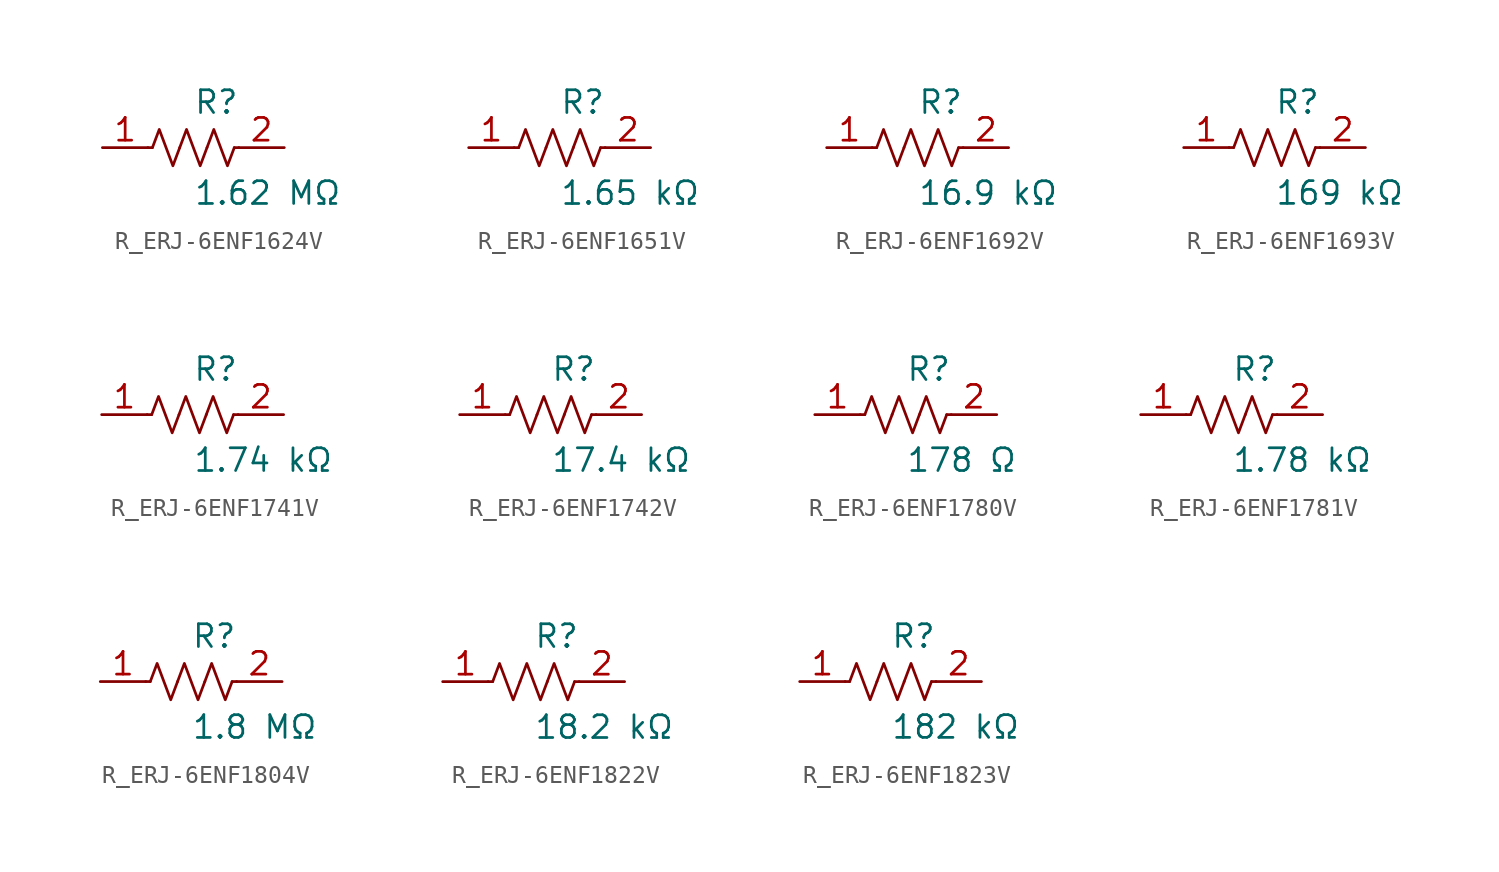
<source format=kicad_sym>
(kicad_symbol_lib
  (version 20231120)
  (generator kicad_symbol_editor)
  (generator_version 8.0)
  (symbol "R_ERJ-6ENF1624V"
    (pin_names
      (offset 0.254))
    (property "Reference" "R"
      (at 0.0 2.54 0)
      (effects (font (size 1.27 1.27)) (justify left)))
    (property "Value" "1.62 MΩ"
      (at 0.0 -2.54 0)
      (effects (font (size 1.27 1.27)) (justify left)))
    (symbol "R_ERJ-6ENF1624V_0_1"
      (polyline (pts (xy 2.286 0) (xy 2.54 0)) (stroke (width 0) (type default)) (fill (type none)))
      (polyline (pts (xy -2.286 0) (xy -2.54 0)) (stroke (width 0) (type default)) (fill (type none)))
      (polyline (pts (xy 0.762 0) (xy 1.143 1.016) (xy 1.524 0) (xy 1.905 -1.016) (xy 2.286 0)) (stroke (width 0) (type default)) (fill (type none)))
      (polyline (pts (xy -0.762 0) (xy -0.381 1.016) (xy 0 0) (xy 0.381 -1.016) (xy 0.762 0)) (stroke (width 0) (type default)) (fill (type none)))
      (polyline (pts (xy -2.286 0) (xy -1.905 1.016) (xy -1.524 0) (xy -1.143 -1.016) (xy -0.762 0)) (stroke (width 0) (type default)) (fill (type none))))
    (pin unspecified line
      (at -5.08 0 0)
      (length 2.54)
      (name "" (effects (font (size 1.27 1.27))))
      (number "1" (effects (font (size 1.27 1.27)))))
    (pin unspecified line
      (at 5.08 0 180)
      (length 2.54)
      (name "" (effects (font (size 1.27 1.27))))
      (number "2" (effects (font (size 1.27 1.27))))))
  (symbol "R_ERJ-6ENF1651V"
    (pin_names
      (offset 0.254))
    (property "Reference" "R"
      (at 0.0 2.54 0)
      (effects (font (size 1.27 1.27)) (justify left)))
    (property "Value" "1.65 kΩ"
      (at 0.0 -2.54 0)
      (effects (font (size 1.27 1.27)) (justify left)))
    (symbol "R_ERJ-6ENF1651V_0_1"
      (polyline (pts (xy 2.286 0) (xy 2.54 0)) (stroke (width 0) (type default)) (fill (type none)))
      (polyline (pts (xy -2.286 0) (xy -2.54 0)) (stroke (width 0) (type default)) (fill (type none)))
      (polyline (pts (xy 0.762 0) (xy 1.143 1.016) (xy 1.524 0) (xy 1.905 -1.016) (xy 2.286 0)) (stroke (width 0) (type default)) (fill (type none)))
      (polyline (pts (xy -0.762 0) (xy -0.381 1.016) (xy 0 0) (xy 0.381 -1.016) (xy 0.762 0)) (stroke (width 0) (type default)) (fill (type none)))
      (polyline (pts (xy -2.286 0) (xy -1.905 1.016) (xy -1.524 0) (xy -1.143 -1.016) (xy -0.762 0)) (stroke (width 0) (type default)) (fill (type none))))
    (pin unspecified line
      (at -5.08 0 0)
      (length 2.54)
      (name "" (effects (font (size 1.27 1.27))))
      (number "1" (effects (font (size 1.27 1.27)))))
    (pin unspecified line
      (at 5.08 0 180)
      (length 2.54)
      (name "" (effects (font (size 1.27 1.27))))
      (number "2" (effects (font (size 1.27 1.27))))))
  (symbol "R_ERJ-6ENF1692V"
    (pin_names
      (offset 0.254))
    (property "Reference" "R"
      (at 0.0 2.54 0)
      (effects (font (size 1.27 1.27)) (justify left)))
    (property "Value" "16.9 kΩ"
      (at 0.0 -2.54 0)
      (effects (font (size 1.27 1.27)) (justify left)))
    (symbol "R_ERJ-6ENF1692V_0_1"
      (polyline (pts (xy 2.286 0) (xy 2.54 0)) (stroke (width 0) (type default)) (fill (type none)))
      (polyline (pts (xy -2.286 0) (xy -2.54 0)) (stroke (width 0) (type default)) (fill (type none)))
      (polyline (pts (xy 0.762 0) (xy 1.143 1.016) (xy 1.524 0) (xy 1.905 -1.016) (xy 2.286 0)) (stroke (width 0) (type default)) (fill (type none)))
      (polyline (pts (xy -0.762 0) (xy -0.381 1.016) (xy 0 0) (xy 0.381 -1.016) (xy 0.762 0)) (stroke (width 0) (type default)) (fill (type none)))
      (polyline (pts (xy -2.286 0) (xy -1.905 1.016) (xy -1.524 0) (xy -1.143 -1.016) (xy -0.762 0)) (stroke (width 0) (type default)) (fill (type none))))
    (pin unspecified line
      (at -5.08 0 0)
      (length 2.54)
      (name "" (effects (font (size 1.27 1.27))))
      (number "1" (effects (font (size 1.27 1.27)))))
    (pin unspecified line
      (at 5.08 0 180)
      (length 2.54)
      (name "" (effects (font (size 1.27 1.27))))
      (number "2" (effects (font (size 1.27 1.27))))))
  (symbol "R_ERJ-6ENF1693V"
    (pin_names
      (offset 0.254))
    (property "Reference" "R"
      (at 0.0 2.54 0)
      (effects (font (size 1.27 1.27)) (justify left)))
    (property "Value" "169 kΩ"
      (at 0.0 -2.54 0)
      (effects (font (size 1.27 1.27)) (justify left)))
    (symbol "R_ERJ-6ENF1693V_0_1"
      (polyline (pts (xy 2.286 0) (xy 2.54 0)) (stroke (width 0) (type default)) (fill (type none)))
      (polyline (pts (xy -2.286 0) (xy -2.54 0)) (stroke (width 0) (type default)) (fill (type none)))
      (polyline (pts (xy 0.762 0) (xy 1.143 1.016) (xy 1.524 0) (xy 1.905 -1.016) (xy 2.286 0)) (stroke (width 0) (type default)) (fill (type none)))
      (polyline (pts (xy -0.762 0) (xy -0.381 1.016) (xy 0 0) (xy 0.381 -1.016) (xy 0.762 0)) (stroke (width 0) (type default)) (fill (type none)))
      (polyline (pts (xy -2.286 0) (xy -1.905 1.016) (xy -1.524 0) (xy -1.143 -1.016) (xy -0.762 0)) (stroke (width 0) (type default)) (fill (type none))))
    (pin unspecified line
      (at -5.08 0 0)
      (length 2.54)
      (name "" (effects (font (size 1.27 1.27))))
      (number "1" (effects (font (size 1.27 1.27)))))
    (pin unspecified line
      (at 5.08 0 180)
      (length 2.54)
      (name "" (effects (font (size 1.27 1.27))))
      (number "2" (effects (font (size 1.27 1.27))))))
  (symbol "R_ERJ-6ENF1741V"
    (pin_names
      (offset 0.254))
    (property "Reference" "R"
      (at 0.0 2.54 0)
      (effects (font (size 1.27 1.27)) (justify left)))
    (property "Value" "1.74 kΩ"
      (at 0.0 -2.54 0)
      (effects (font (size 1.27 1.27)) (justify left)))
    (symbol "R_ERJ-6ENF1741V_0_1"
      (polyline (pts (xy 2.286 0) (xy 2.54 0)) (stroke (width 0) (type default)) (fill (type none)))
      (polyline (pts (xy -2.286 0) (xy -2.54 0)) (stroke (width 0) (type default)) (fill (type none)))
      (polyline (pts (xy 0.762 0) (xy 1.143 1.016) (xy 1.524 0) (xy 1.905 -1.016) (xy 2.286 0)) (stroke (width 0) (type default)) (fill (type none)))
      (polyline (pts (xy -0.762 0) (xy -0.381 1.016) (xy 0 0) (xy 0.381 -1.016) (xy 0.762 0)) (stroke (width 0) (type default)) (fill (type none)))
      (polyline (pts (xy -2.286 0) (xy -1.905 1.016) (xy -1.524 0) (xy -1.143 -1.016) (xy -0.762 0)) (stroke (width 0) (type default)) (fill (type none))))
    (pin unspecified line
      (at -5.08 0 0)
      (length 2.54)
      (name "" (effects (font (size 1.27 1.27))))
      (number "1" (effects (font (size 1.27 1.27)))))
    (pin unspecified line
      (at 5.08 0 180)
      (length 2.54)
      (name "" (effects (font (size 1.27 1.27))))
      (number "2" (effects (font (size 1.27 1.27))))))
  (symbol "R_ERJ-6ENF1742V"
    (pin_names
      (offset 0.254))
    (property "Reference" "R"
      (at 0.0 2.54 0)
      (effects (font (size 1.27 1.27)) (justify left)))
    (property "Value" "17.4 kΩ"
      (at 0.0 -2.54 0)
      (effects (font (size 1.27 1.27)) (justify left)))
    (symbol "R_ERJ-6ENF1742V_0_1"
      (polyline (pts (xy 2.286 0) (xy 2.54 0)) (stroke (width 0) (type default)) (fill (type none)))
      (polyline (pts (xy -2.286 0) (xy -2.54 0)) (stroke (width 0) (type default)) (fill (type none)))
      (polyline (pts (xy 0.762 0) (xy 1.143 1.016) (xy 1.524 0) (xy 1.905 -1.016) (xy 2.286 0)) (stroke (width 0) (type default)) (fill (type none)))
      (polyline (pts (xy -0.762 0) (xy -0.381 1.016) (xy 0 0) (xy 0.381 -1.016) (xy 0.762 0)) (stroke (width 0) (type default)) (fill (type none)))
      (polyline (pts (xy -2.286 0) (xy -1.905 1.016) (xy -1.524 0) (xy -1.143 -1.016) (xy -0.762 0)) (stroke (width 0) (type default)) (fill (type none))))
    (pin unspecified line
      (at -5.08 0 0)
      (length 2.54)
      (name "" (effects (font (size 1.27 1.27))))
      (number "1" (effects (font (size 1.27 1.27)))))
    (pin unspecified line
      (at 5.08 0 180)
      (length 2.54)
      (name "" (effects (font (size 1.27 1.27))))
      (number "2" (effects (font (size 1.27 1.27))))))
  (symbol "R_ERJ-6ENF1780V"
    (pin_names
      (offset 0.254))
    (property "Reference" "R"
      (at 0.0 2.54 0)
      (effects (font (size 1.27 1.27)) (justify left)))
    (property "Value" "178 Ω"
      (at 0.0 -2.54 0)
      (effects (font (size 1.27 1.27)) (justify left)))
    (symbol "R_ERJ-6ENF1780V_0_1"
      (polyline (pts (xy 2.286 0) (xy 2.54 0)) (stroke (width 0) (type default)) (fill (type none)))
      (polyline (pts (xy -2.286 0) (xy -2.54 0)) (stroke (width 0) (type default)) (fill (type none)))
      (polyline (pts (xy 0.762 0) (xy 1.143 1.016) (xy 1.524 0) (xy 1.905 -1.016) (xy 2.286 0)) (stroke (width 0) (type default)) (fill (type none)))
      (polyline (pts (xy -0.762 0) (xy -0.381 1.016) (xy 0 0) (xy 0.381 -1.016) (xy 0.762 0)) (stroke (width 0) (type default)) (fill (type none)))
      (polyline (pts (xy -2.286 0) (xy -1.905 1.016) (xy -1.524 0) (xy -1.143 -1.016) (xy -0.762 0)) (stroke (width 0) (type default)) (fill (type none))))
    (pin unspecified line
      (at -5.08 0 0)
      (length 2.54)
      (name "" (effects (font (size 1.27 1.27))))
      (number "1" (effects (font (size 1.27 1.27)))))
    (pin unspecified line
      (at 5.08 0 180)
      (length 2.54)
      (name "" (effects (font (size 1.27 1.27))))
      (number "2" (effects (font (size 1.27 1.27))))))
  (symbol "R_ERJ-6ENF1781V"
    (pin_names
      (offset 0.254))
    (property "Reference" "R"
      (at 0.0 2.54 0)
      (effects (font (size 1.27 1.27)) (justify left)))
    (property "Value" "1.78 kΩ"
      (at 0.0 -2.54 0)
      (effects (font (size 1.27 1.27)) (justify left)))
    (symbol "R_ERJ-6ENF1781V_0_1"
      (polyline (pts (xy 2.286 0) (xy 2.54 0)) (stroke (width 0) (type default)) (fill (type none)))
      (polyline (pts (xy -2.286 0) (xy -2.54 0)) (stroke (width 0) (type default)) (fill (type none)))
      (polyline (pts (xy 0.762 0) (xy 1.143 1.016) (xy 1.524 0) (xy 1.905 -1.016) (xy 2.286 0)) (stroke (width 0) (type default)) (fill (type none)))
      (polyline (pts (xy -0.762 0) (xy -0.381 1.016) (xy 0 0) (xy 0.381 -1.016) (xy 0.762 0)) (stroke (width 0) (type default)) (fill (type none)))
      (polyline (pts (xy -2.286 0) (xy -1.905 1.016) (xy -1.524 0) (xy -1.143 -1.016) (xy -0.762 0)) (stroke (width 0) (type default)) (fill (type none))))
    (pin unspecified line
      (at -5.08 0 0)
      (length 2.54)
      (name "" (effects (font (size 1.27 1.27))))
      (number "1" (effects (font (size 1.27 1.27)))))
    (pin unspecified line
      (at 5.08 0 180)
      (length 2.54)
      (name "" (effects (font (size 1.27 1.27))))
      (number "2" (effects (font (size 1.27 1.27))))))
  (symbol "R_ERJ-6ENF1804V"
    (pin_names
      (offset 0.254))
    (property "Reference" "R"
      (at 0.0 2.54 0)
      (effects (font (size 1.27 1.27)) (justify left)))
    (property "Value" "1.8 MΩ"
      (at 0.0 -2.54 0)
      (effects (font (size 1.27 1.27)) (justify left)))
    (symbol "R_ERJ-6ENF1804V_0_1"
      (polyline (pts (xy 2.286 0) (xy 2.54 0)) (stroke (width 0) (type default)) (fill (type none)))
      (polyline (pts (xy -2.286 0) (xy -2.54 0)) (stroke (width 0) (type default)) (fill (type none)))
      (polyline (pts (xy 0.762 0) (xy 1.143 1.016) (xy 1.524 0) (xy 1.905 -1.016) (xy 2.286 0)) (stroke (width 0) (type default)) (fill (type none)))
      (polyline (pts (xy -0.762 0) (xy -0.381 1.016) (xy 0 0) (xy 0.381 -1.016) (xy 0.762 0)) (stroke (width 0) (type default)) (fill (type none)))
      (polyline (pts (xy -2.286 0) (xy -1.905 1.016) (xy -1.524 0) (xy -1.143 -1.016) (xy -0.762 0)) (stroke (width 0) (type default)) (fill (type none))))
    (pin unspecified line
      (at -5.08 0 0)
      (length 2.54)
      (name "" (effects (font (size 1.27 1.27))))
      (number "1" (effects (font (size 1.27 1.27)))))
    (pin unspecified line
      (at 5.08 0 180)
      (length 2.54)
      (name "" (effects (font (size 1.27 1.27))))
      (number "2" (effects (font (size 1.27 1.27))))))
  (symbol "R_ERJ-6ENF1822V"
    (pin_names
      (offset 0.254))
    (property "Reference" "R"
      (at 0.0 2.54 0)
      (effects (font (size 1.27 1.27)) (justify left)))
    (property "Value" "18.2 kΩ"
      (at 0.0 -2.54 0)
      (effects (font (size 1.27 1.27)) (justify left)))
    (symbol "R_ERJ-6ENF1822V_0_1"
      (polyline (pts (xy 2.286 0) (xy 2.54 0)) (stroke (width 0) (type default)) (fill (type none)))
      (polyline (pts (xy -2.286 0) (xy -2.54 0)) (stroke (width 0) (type default)) (fill (type none)))
      (polyline (pts (xy 0.762 0) (xy 1.143 1.016) (xy 1.524 0) (xy 1.905 -1.016) (xy 2.286 0)) (stroke (width 0) (type default)) (fill (type none)))
      (polyline (pts (xy -0.762 0) (xy -0.381 1.016) (xy 0 0) (xy 0.381 -1.016) (xy 0.762 0)) (stroke (width 0) (type default)) (fill (type none)))
      (polyline (pts (xy -2.286 0) (xy -1.905 1.016) (xy -1.524 0) (xy -1.143 -1.016) (xy -0.762 0)) (stroke (width 0) (type default)) (fill (type none))))
    (pin unspecified line
      (at -5.08 0 0)
      (length 2.54)
      (name "" (effects (font (size 1.27 1.27))))
      (number "1" (effects (font (size 1.27 1.27)))))
    (pin unspecified line
      (at 5.08 0 180)
      (length 2.54)
      (name "" (effects (font (size 1.27 1.27))))
      (number "2" (effects (font (size 1.27 1.27))))))
  (symbol "R_ERJ-6ENF1823V"
    (pin_names
      (offset 0.254))
    (property "Reference" "R"
      (at 0.0 2.54 0)
      (effects (font (size 1.27 1.27)) (justify left)))
    (property "Value" "182 kΩ"
      (at 0.0 -2.54 0)
      (effects (font (size 1.27 1.27)) (justify left)))
    (symbol "R_ERJ-6ENF1823V_0_1"
      (polyline (pts (xy 2.286 0) (xy 2.54 0)) (stroke (width 0) (type default)) (fill (type none)))
      (polyline (pts (xy -2.286 0) (xy -2.54 0)) (stroke (width 0) (type default)) (fill (type none)))
      (polyline (pts (xy 0.762 0) (xy 1.143 1.016) (xy 1.524 0) (xy 1.905 -1.016) (xy 2.286 0)) (stroke (width 0) (type default)) (fill (type none)))
      (polyline (pts (xy -0.762 0) (xy -0.381 1.016) (xy 0 0) (xy 0.381 -1.016) (xy 0.762 0)) (stroke (width 0) (type default)) (fill (type none)))
      (polyline (pts (xy -2.286 0) (xy -1.905 1.016) (xy -1.524 0) (xy -1.143 -1.016) (xy -0.762 0)) (stroke (width 0) (type default)) (fill (type none))))
    (pin unspecified line
      (at -5.08 0 0)
      (length 2.54)
      (name "" (effects (font (size 1.27 1.27))))
      (number "1" (effects (font (size 1.27 1.27)))))
    (pin unspecified line
      (at 5.08 0 180)
      (length 2.54)
      (name "" (effects (font (size 1.27 1.27))))
      (number "2" (effects (font (size 1.27 1.27)))))))
</source>
